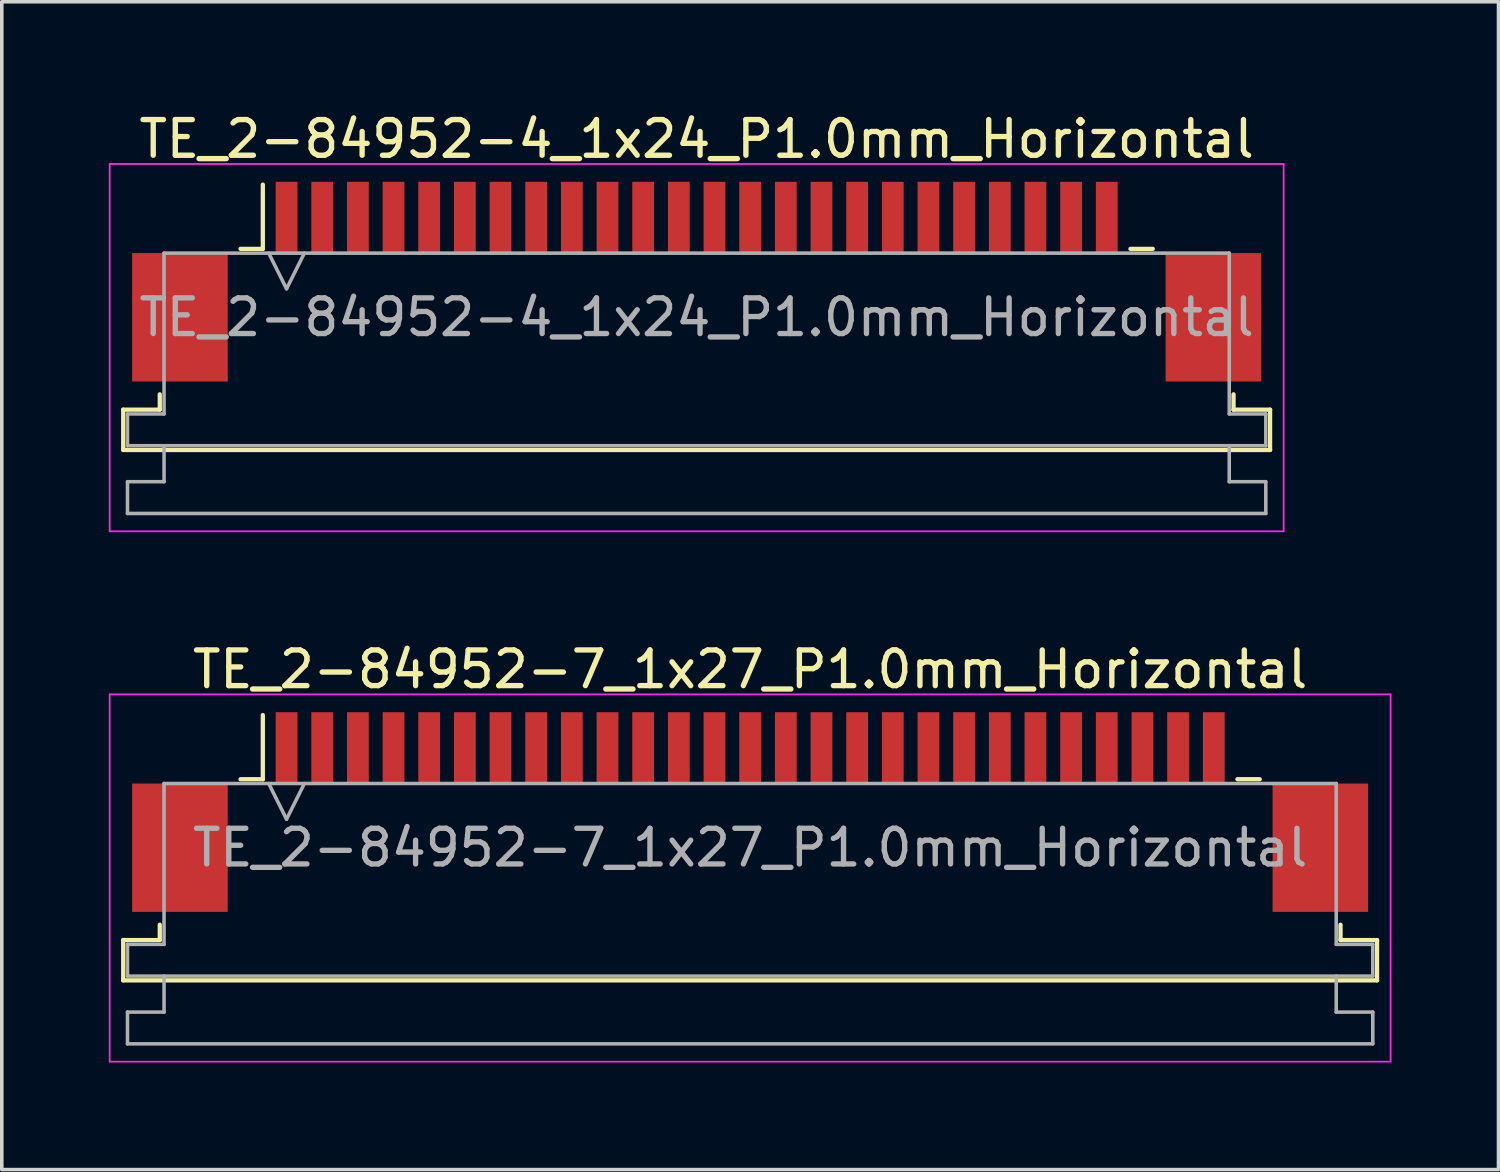
<source format=kicad_pcb>
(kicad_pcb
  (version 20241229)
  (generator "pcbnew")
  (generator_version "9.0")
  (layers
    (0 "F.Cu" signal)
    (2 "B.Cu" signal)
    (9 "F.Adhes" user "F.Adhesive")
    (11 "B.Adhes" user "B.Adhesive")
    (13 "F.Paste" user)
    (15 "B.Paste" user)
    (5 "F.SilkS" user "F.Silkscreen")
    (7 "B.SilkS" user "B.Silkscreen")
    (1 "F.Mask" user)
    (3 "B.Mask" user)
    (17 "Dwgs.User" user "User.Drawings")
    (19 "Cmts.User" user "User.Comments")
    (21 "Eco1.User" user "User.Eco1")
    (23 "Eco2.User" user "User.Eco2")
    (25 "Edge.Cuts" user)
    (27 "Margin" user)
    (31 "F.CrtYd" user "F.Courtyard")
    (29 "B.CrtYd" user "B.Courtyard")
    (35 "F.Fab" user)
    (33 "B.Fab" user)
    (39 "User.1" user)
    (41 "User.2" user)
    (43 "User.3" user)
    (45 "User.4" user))
  (footprint "TE_2-84952-4_1x24_P1.0mm_Horizontal"
    (layer "F.Cu")
    (at 16.485 4.848)
    (property "Reference" "TE_2-84952-4_1x24_P1.0mm_Horizontal" (at 0 -4 0) (layer "F.SilkS") (effects (font (size 1 1) (thickness 0.15))))
    (attr smd)
    (fp_line (start -16.08 3.59) (end -15.055 3.59) (stroke (width 0.12) (type solid)) (layer "F.SilkS"))
    (fp_line (start -16.08 4.72) (end -16.08 3.59) (stroke (width 0.12) (type solid)) (layer "F.SilkS"))
    (fp_line (start -15.055 3.59) (end -15.055 3.16) (stroke (width 0.12) (type solid)) (layer "F.SilkS"))
    (fp_line (start -12.79 -0.92) (end -12.165 -0.92) (stroke (width 0.12) (type solid)) (layer "F.SilkS"))
    (fp_line (start -12.165 -0.92) (end -12.165 -2.72) (stroke (width 0.12) (type solid)) (layer "F.SilkS"))
    (fp_line (start 12.165 -0.92) (end 12.79 -0.92) (stroke (width 0.12) (type solid)) (layer "F.SilkS"))
    (fp_line (start 15.055 3.16) (end 15.055 3.59) (stroke (width 0.12) (type solid)) (layer "F.SilkS"))
    (fp_line (start 15.055 3.59) (end 16.08 3.59) (stroke (width 0.12) (type solid)) (layer "F.SilkS"))
    (fp_line (start 16.08 3.59) (end 16.08 4.72) (stroke (width 0.12) (type solid)) (layer "F.SilkS"))
    (fp_line (start 16.08 4.72) (end -16.08 4.72) (stroke (width 0.12) (type solid)) (layer "F.SilkS"))
    (fp_line (start -16.46 -3.3) (end -16.46 7) (stroke (width 0.05) (type solid)) (layer "F.CrtYd"))
    (fp_line (start -16.46 7) (end 16.46 7) (stroke (width 0.05) (type solid)) (layer "F.CrtYd"))
    (fp_line (start 16.46 -3.3) (end -16.46 -3.3) (stroke (width 0.05) (type solid)) (layer "F.CrtYd"))
    (fp_line (start 16.46 7) (end 16.46 -3.3) (stroke (width 0.05) (type solid)) (layer "F.CrtYd"))
    (fp_line (start -15.96 3.71) (end -14.935 3.71) (stroke (width 0.1) (type solid)) (layer "F.Fab"))
    (fp_line (start -15.96 4.6) (end -15.96 3.71) (stroke (width 0.1) (type solid)) (layer "F.Fab"))
    (fp_line (start -15.96 5.61) (end -14.935 5.61) (stroke (width 0.1) (type solid)) (layer "F.Fab"))
    (fp_line (start -15.96 6.5) (end -15.96 5.61) (stroke (width 0.1) (type solid)) (layer "F.Fab"))
    (fp_line (start -14.935 -0.8) (end 14.935 -0.8) (stroke (width 0.1) (type solid)) (layer "F.Fab"))
    (fp_line (start -14.935 3.71) (end -14.935 -0.8) (stroke (width 0.1) (type solid)) (layer "F.Fab"))
    (fp_line (start -14.935 5.61) (end -14.935 4.6) (stroke (width 0.1) (type solid)) (layer "F.Fab"))
    (fp_line (start -12 -0.8) (end -11.5 0.2) (stroke (width 0.1) (type solid)) (layer "F.Fab"))
    (fp_line (start -11.5 0.2) (end -11 -0.8) (stroke (width 0.1) (type solid)) (layer "F.Fab"))
    (fp_line (start 14.935 -0.8) (end 14.935 3.71) (stroke (width 0.1) (type solid)) (layer "F.Fab"))
    (fp_line (start 14.935 3.71) (end 15.96 3.71) (stroke (width 0.1) (type solid)) (layer "F.Fab"))
    (fp_line (start 14.935 4.6) (end 14.935 5.61) (stroke (width 0.1) (type solid)) (layer "F.Fab"))
    (fp_line (start 14.935 5.61) (end 15.96 5.61) (stroke (width 0.1) (type solid)) (layer "F.Fab"))
    (fp_line (start 15.96 3.71) (end 15.96 4.6) (stroke (width 0.1) (type solid)) (layer "F.Fab"))
    (fp_line (start 15.96 4.6) (end -15.96 4.6) (stroke (width 0.1) (type solid)) (layer "F.Fab"))
    (fp_line (start 15.96 5.61) (end 15.96 6.5) (stroke (width 0.1) (type solid)) (layer "F.Fab"))
    (fp_line (start 15.96 6.5) (end -15.96 6.5) (stroke (width 0.1) (type solid)) (layer "F.Fab"))
    (fp_text user "${REFERENCE}" (at 0 1 0) (layer "F.Fab") (effects (font (size 1 1) (thickness 0.15))))
    (pad "" smd rect (at -14.49 1) (size 2.68 3.6) (layers "F.Cu" "F.Mask" "F.Paste"))
    (pad "" smd rect (at 14.49 1) (size 2.68 3.6) (layers "F.Cu" "F.Mask" "F.Paste"))
    (pad "1" smd rect (at -11.5 -1.8) (size 0.61 2) (layers "F.Cu" "F.Mask" "F.Paste"))
    (pad "2" smd rect (at -10.5 -1.8) (size 0.61 2) (layers "F.Cu" "F.Mask" "F.Paste"))
    (pad "3" smd rect (at -9.5 -1.8) (size 0.61 2) (layers "F.Cu" "F.Mask" "F.Paste"))
    (pad "4" smd rect (at -8.5 -1.8) (size 0.61 2) (layers "F.Cu" "F.Mask" "F.Paste"))
    (pad "5" smd rect (at -7.5 -1.8) (size 0.61 2) (layers "F.Cu" "F.Mask" "F.Paste"))
    (pad "6" smd rect (at -6.5 -1.8) (size 0.61 2) (layers "F.Cu" "F.Mask" "F.Paste"))
    (pad "7" smd rect (at -5.5 -1.8) (size 0.61 2) (layers "F.Cu" "F.Mask" "F.Paste"))
    (pad "8" smd rect (at -4.5 -1.8) (size 0.61 2) (layers "F.Cu" "F.Mask" "F.Paste"))
    (pad "9" smd rect (at -3.5 -1.8) (size 0.61 2) (layers "F.Cu" "F.Mask" "F.Paste"))
    (pad "10" smd rect (at -2.5 -1.8) (size 0.61 2) (layers "F.Cu" "F.Mask" "F.Paste"))
    (pad "11" smd rect (at -1.5 -1.8) (size 0.61 2) (layers "F.Cu" "F.Mask" "F.Paste"))
    (pad "12" smd rect (at -0.5 -1.8) (size 0.61 2) (layers "F.Cu" "F.Mask" "F.Paste"))
    (pad "13" smd rect (at 0.5 -1.8) (size 0.61 2) (layers "F.Cu" "F.Mask" "F.Paste"))
    (pad "14" smd rect (at 1.5 -1.8) (size 0.61 2) (layers "F.Cu" "F.Mask" "F.Paste"))
    (pad "15" smd rect (at 2.5 -1.8) (size 0.61 2) (layers "F.Cu" "F.Mask" "F.Paste"))
    (pad "16" smd rect (at 3.5 -1.8) (size 0.61 2) (layers "F.Cu" "F.Mask" "F.Paste"))
    (pad "17" smd rect (at 4.5 -1.8) (size 0.61 2) (layers "F.Cu" "F.Mask" "F.Paste"))
    (pad "18" smd rect (at 5.5 -1.8) (size 0.61 2) (layers "F.Cu" "F.Mask" "F.Paste"))
    (pad "19" smd rect (at 6.5 -1.8) (size 0.61 2) (layers "F.Cu" "F.Mask" "F.Paste"))
    (pad "20" smd rect (at 7.5 -1.8) (size 0.61 2) (layers "F.Cu" "F.Mask" "F.Paste"))
    (pad "21" smd rect (at 8.5 -1.8) (size 0.61 2) (layers "F.Cu" "F.Mask" "F.Paste"))
    (pad "22" smd rect (at 9.5 -1.8) (size 0.61 2) (layers "F.Cu" "F.Mask" "F.Paste"))
    (pad "23" smd rect (at 10.5 -1.8) (size 0.61 2) (layers "F.Cu" "F.Mask" "F.Paste"))
    (pad "24" smd rect (at 11.5 -1.8) (size 0.61 2) (layers "F.Cu" "F.Mask" "F.Paste")))
  (footprint "TE_2-84952-7_1x27_P1.0mm_Horizontal"
    (layer "F.Cu")
    (at 17.985 19.721)
    (property "Reference" "TE_2-84952-7_1x27_P1.0mm_Horizontal" (at 0 -4 0) (layer "F.SilkS") (effects (font (size 1 1) (thickness 0.15))))
    (attr smd)
    (fp_line (start -17.58 3.59) (end -16.555 3.59) (stroke (width 0.12) (type solid)) (layer "F.SilkS"))
    (fp_line (start -17.58 4.72) (end -17.58 3.59) (stroke (width 0.12) (type solid)) (layer "F.SilkS"))
    (fp_line (start -16.555 3.59) (end -16.555 3.16) (stroke (width 0.12) (type solid)) (layer "F.SilkS"))
    (fp_line (start -14.29 -0.92) (end -13.665 -0.92) (stroke (width 0.12) (type solid)) (layer "F.SilkS"))
    (fp_line (start -13.665 -0.92) (end -13.665 -2.72) (stroke (width 0.12) (type solid)) (layer "F.SilkS"))
    (fp_line (start 13.665 -0.92) (end 14.29 -0.92) (stroke (width 0.12) (type solid)) (layer "F.SilkS"))
    (fp_line (start 16.555 3.16) (end 16.555 3.59) (stroke (width 0.12) (type solid)) (layer "F.SilkS"))
    (fp_line (start 16.555 3.59) (end 17.58 3.59) (stroke (width 0.12) (type solid)) (layer "F.SilkS"))
    (fp_line (start 17.58 3.59) (end 17.58 4.72) (stroke (width 0.12) (type solid)) (layer "F.SilkS"))
    (fp_line (start 17.58 4.72) (end -17.58 4.72) (stroke (width 0.12) (type solid)) (layer "F.SilkS"))
    (fp_line (start -17.96 -3.3) (end -17.96 7) (stroke (width 0.05) (type solid)) (layer "F.CrtYd"))
    (fp_line (start -17.96 7) (end 17.96 7) (stroke (width 0.05) (type solid)) (layer "F.CrtYd"))
    (fp_line (start 17.96 -3.3) (end -17.96 -3.3) (stroke (width 0.05) (type solid)) (layer "F.CrtYd"))
    (fp_line (start 17.96 7) (end 17.96 -3.3) (stroke (width 0.05) (type solid)) (layer "F.CrtYd"))
    (fp_line (start -17.46 3.71) (end -16.435 3.71) (stroke (width 0.1) (type solid)) (layer "F.Fab"))
    (fp_line (start -17.46 4.6) (end -17.46 3.71) (stroke (width 0.1) (type solid)) (layer "F.Fab"))
    (fp_line (start -17.46 5.61) (end -16.435 5.61) (stroke (width 0.1) (type solid)) (layer "F.Fab"))
    (fp_line (start -17.46 6.5) (end -17.46 5.61) (stroke (width 0.1) (type solid)) (layer "F.Fab"))
    (fp_line (start -16.435 -0.8) (end 16.435 -0.8) (stroke (width 0.1) (type solid)) (layer "F.Fab"))
    (fp_line (start -16.435 3.71) (end -16.435 -0.8) (stroke (width 0.1) (type solid)) (layer "F.Fab"))
    (fp_line (start -16.435 5.61) (end -16.435 4.6) (stroke (width 0.1) (type solid)) (layer "F.Fab"))
    (fp_line (start -13.5 -0.8) (end -13 0.2) (stroke (width 0.1) (type solid)) (layer "F.Fab"))
    (fp_line (start -13 0.2) (end -12.5 -0.8) (stroke (width 0.1) (type solid)) (layer "F.Fab"))
    (fp_line (start 16.435 -0.8) (end 16.435 3.71) (stroke (width 0.1) (type solid)) (layer "F.Fab"))
    (fp_line (start 16.435 3.71) (end 17.46 3.71) (stroke (width 0.1) (type solid)) (layer "F.Fab"))
    (fp_line (start 16.435 4.6) (end 16.435 5.61) (stroke (width 0.1) (type solid)) (layer "F.Fab"))
    (fp_line (start 16.435 5.61) (end 17.46 5.61) (stroke (width 0.1) (type solid)) (layer "F.Fab"))
    (fp_line (start 17.46 3.71) (end 17.46 4.6) (stroke (width 0.1) (type solid)) (layer "F.Fab"))
    (fp_line (start 17.46 4.6) (end -17.46 4.6) (stroke (width 0.1) (type solid)) (layer "F.Fab"))
    (fp_line (start 17.46 5.61) (end 17.46 6.5) (stroke (width 0.1) (type solid)) (layer "F.Fab"))
    (fp_line (start 17.46 6.5) (end -17.46 6.5) (stroke (width 0.1) (type solid)) (layer "F.Fab"))
    (fp_text user "${REFERENCE}" (at 0 1 0) (layer "F.Fab") (effects (font (size 1 1) (thickness 0.15))))
    (pad "" smd rect (at -15.99 1) (size 2.68 3.6) (layers "F.Cu" "F.Mask" "F.Paste"))
    (pad "" smd rect (at 15.99 1) (size 2.68 3.6) (layers "F.Cu" "F.Mask" "F.Paste"))
    (pad "1" smd rect (at -13 -1.8) (size 0.61 2) (layers "F.Cu" "F.Mask" "F.Paste"))
    (pad "2" smd rect (at -12 -1.8) (size 0.61 2) (layers "F.Cu" "F.Mask" "F.Paste"))
    (pad "3" smd rect (at -11 -1.8) (size 0.61 2) (layers "F.Cu" "F.Mask" "F.Paste"))
    (pad "4" smd rect (at -10 -1.8) (size 0.61 2) (layers "F.Cu" "F.Mask" "F.Paste"))
    (pad "5" smd rect (at -9 -1.8) (size 0.61 2) (layers "F.Cu" "F.Mask" "F.Paste"))
    (pad "6" smd rect (at -8 -1.8) (size 0.61 2) (layers "F.Cu" "F.Mask" "F.Paste"))
    (pad "7" smd rect (at -7 -1.8) (size 0.61 2) (layers "F.Cu" "F.Mask" "F.Paste"))
    (pad "8" smd rect (at -6 -1.8) (size 0.61 2) (layers "F.Cu" "F.Mask" "F.Paste"))
    (pad "9" smd rect (at -5 -1.8) (size 0.61 2) (layers "F.Cu" "F.Mask" "F.Paste"))
    (pad "10" smd rect (at -4 -1.8) (size 0.61 2) (layers "F.Cu" "F.Mask" "F.Paste"))
    (pad "11" smd rect (at -3 -1.8) (size 0.61 2) (layers "F.Cu" "F.Mask" "F.Paste"))
    (pad "12" smd rect (at -2 -1.8) (size 0.61 2) (layers "F.Cu" "F.Mask" "F.Paste"))
    (pad "13" smd rect (at -1 -1.8) (size 0.61 2) (layers "F.Cu" "F.Mask" "F.Paste"))
    (pad "14" smd rect (at 0 -1.8) (size 0.61 2) (layers "F.Cu" "F.Mask" "F.Paste"))
    (pad "15" smd rect (at 1 -1.8) (size 0.61 2) (layers "F.Cu" "F.Mask" "F.Paste"))
    (pad "16" smd rect (at 2 -1.8) (size 0.61 2) (layers "F.Cu" "F.Mask" "F.Paste"))
    (pad "17" smd rect (at 3 -1.8) (size 0.61 2) (layers "F.Cu" "F.Mask" "F.Paste"))
    (pad "18" smd rect (at 4 -1.8) (size 0.61 2) (layers "F.Cu" "F.Mask" "F.Paste"))
    (pad "19" smd rect (at 5 -1.8) (size 0.61 2) (layers "F.Cu" "F.Mask" "F.Paste"))
    (pad "20" smd rect (at 6 -1.8) (size 0.61 2) (layers "F.Cu" "F.Mask" "F.Paste"))
    (pad "21" smd rect (at 7 -1.8) (size 0.61 2) (layers "F.Cu" "F.Mask" "F.Paste"))
    (pad "22" smd rect (at 8 -1.8) (size 0.61 2) (layers "F.Cu" "F.Mask" "F.Paste"))
    (pad "23" smd rect (at 9 -1.8) (size 0.61 2) (layers "F.Cu" "F.Mask" "F.Paste"))
    (pad "24" smd rect (at 10 -1.8) (size 0.61 2) (layers "F.Cu" "F.Mask" "F.Paste"))
    (pad "25" smd rect (at 11 -1.8) (size 0.61 2) (layers "F.Cu" "F.Mask" "F.Paste"))
    (pad "26" smd rect (at 12 -1.8) (size 0.61 2) (layers "F.Cu" "F.Mask" "F.Paste"))
    (pad "27" smd rect (at 13 -1.8) (size 0.61 2) (layers "F.Cu" "F.Mask" "F.Paste")))
  (gr_rect
    (start -3 -3)
    (end 38.97 29.747)
    (stroke (width 0.1) (type default))
    (fill no)
    (layer "Edge.Cuts")))
</source>
